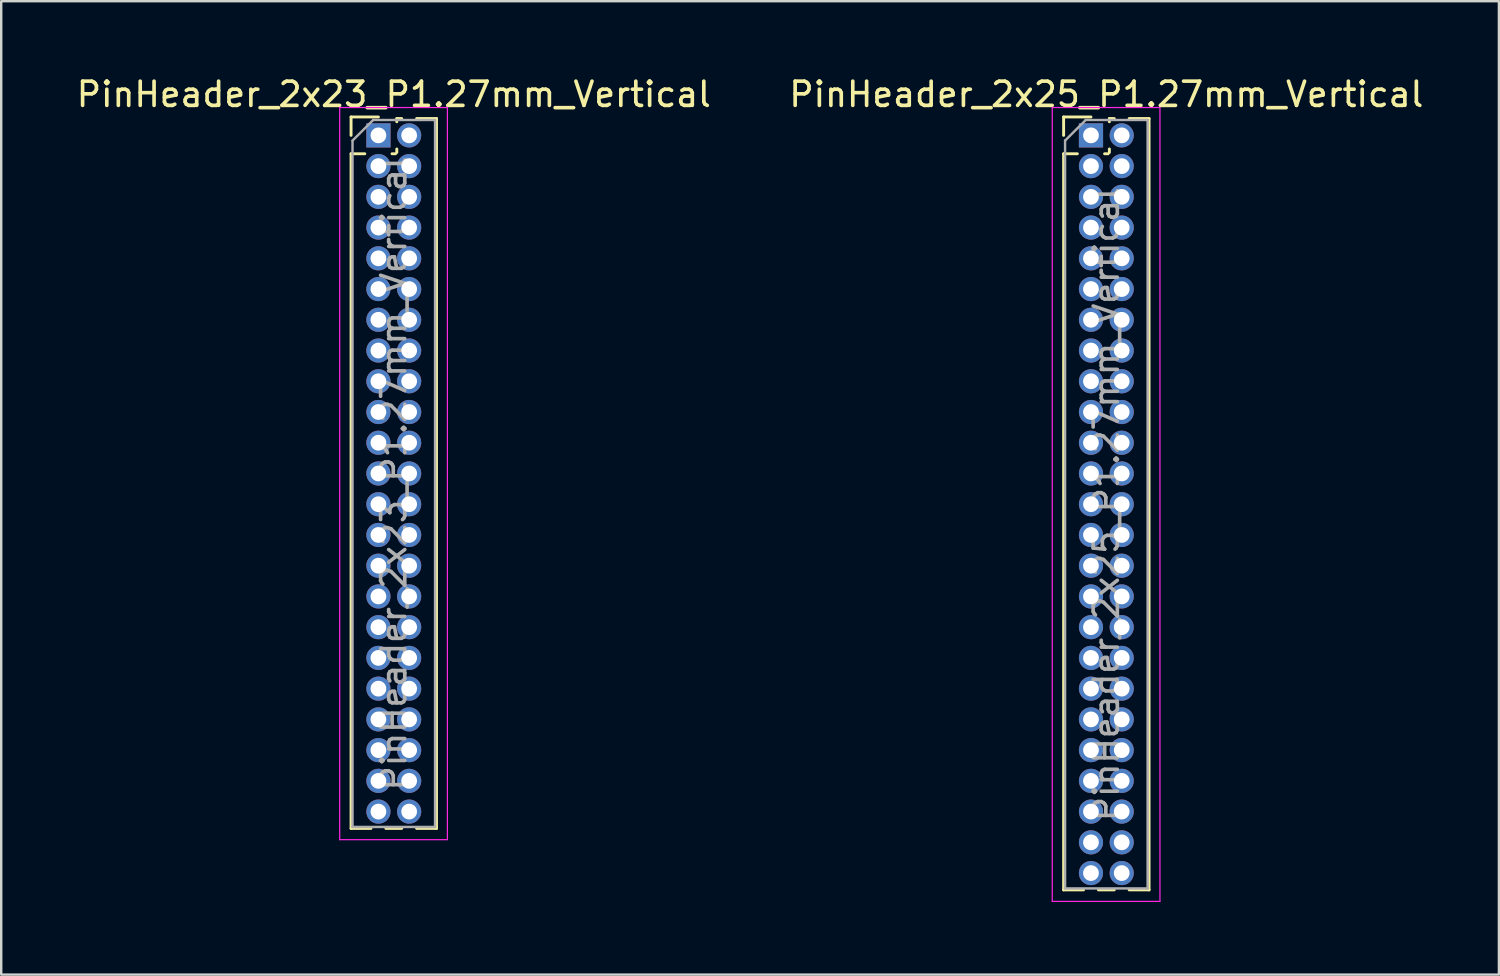
<source format=kicad_pcb>
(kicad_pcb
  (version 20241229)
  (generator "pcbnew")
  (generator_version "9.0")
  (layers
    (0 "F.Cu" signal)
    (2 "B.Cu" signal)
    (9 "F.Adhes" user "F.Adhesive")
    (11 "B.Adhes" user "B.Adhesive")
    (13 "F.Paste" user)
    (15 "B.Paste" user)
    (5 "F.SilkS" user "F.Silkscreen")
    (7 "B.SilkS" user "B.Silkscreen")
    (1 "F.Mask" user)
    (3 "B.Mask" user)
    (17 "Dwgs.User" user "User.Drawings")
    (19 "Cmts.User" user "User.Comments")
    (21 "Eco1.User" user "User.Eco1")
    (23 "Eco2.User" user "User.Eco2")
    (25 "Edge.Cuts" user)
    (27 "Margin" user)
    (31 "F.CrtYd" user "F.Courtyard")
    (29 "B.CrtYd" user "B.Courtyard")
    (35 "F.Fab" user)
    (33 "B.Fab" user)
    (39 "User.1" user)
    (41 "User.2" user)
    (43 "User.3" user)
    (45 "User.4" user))
  (footprint "PinHeader_2x25_P1.27mm_Vertical"
    (layer "F.Cu")
    (at 42.026 2.543)
    (property "Reference" "PinHeader_2x25_P1.27mm_Vertical" (at 0.635 -1.695 0) (layer "F.SilkS") (effects (font (size 1 1) (thickness 0.15))))
    (attr through_hole)
    (fp_line (start -1.13 -0.76) (end 0 -0.76) (stroke (width 0.12) (type solid)) (layer "F.SilkS"))
    (fp_line (start -1.13 0) (end -1.13 -0.76) (stroke (width 0.12) (type solid)) (layer "F.SilkS"))
    (fp_line (start -1.13 0.76) (end -1.13 31.175) (stroke (width 0.12) (type solid)) (layer "F.SilkS"))
    (fp_line (start -1.13 0.76) (end -0.563 0.76) (stroke (width 0.12) (type solid)) (layer "F.SilkS"))
    (fp_line (start -1.13 31.175) (end -0.308 31.175) (stroke (width 0.12) (type solid)) (layer "F.SilkS"))
    (fp_line (start 0.308 31.175) (end 0.962 31.175) (stroke (width 0.12) (type solid)) (layer "F.SilkS"))
    (fp_line (start 0.563 0.76) (end 0.707 0.76) (stroke (width 0.12) (type solid)) (layer "F.SilkS"))
    (fp_line (start 0.76 -0.695) (end 0.962 -0.695) (stroke (width 0.12) (type solid)) (layer "F.SilkS"))
    (fp_line (start 0.76 -0.563) (end 0.76 -0.695) (stroke (width 0.12) (type solid)) (layer "F.SilkS"))
    (fp_line (start 0.76 0.707) (end 0.76 0.563) (stroke (width 0.12) (type solid)) (layer "F.SilkS"))
    (fp_line (start 1.578 -0.695) (end 2.4 -0.695) (stroke (width 0.12) (type solid)) (layer "F.SilkS"))
    (fp_line (start 1.578 31.175) (end 2.4 31.175) (stroke (width 0.12) (type solid)) (layer "F.SilkS"))
    (fp_line (start 2.4 -0.695) (end 2.4 31.175) (stroke (width 0.12) (type solid)) (layer "F.SilkS"))
    (fp_line (start -1.6 -1.15) (end -1.6 31.65) (stroke (width 0.05) (type solid)) (layer "F.CrtYd"))
    (fp_line (start -1.6 31.65) (end 2.85 31.65) (stroke (width 0.05) (type solid)) (layer "F.CrtYd"))
    (fp_line (start 2.85 -1.15) (end -1.6 -1.15) (stroke (width 0.05) (type solid)) (layer "F.CrtYd"))
    (fp_line (start 2.85 31.65) (end 2.85 -1.15) (stroke (width 0.05) (type solid)) (layer "F.CrtYd"))
    (fp_line (start -1.07 0.217) (end -0.217 -0.635) (stroke (width 0.1) (type solid)) (layer "F.Fab"))
    (fp_line (start -1.07 31.115) (end -1.07 0.217) (stroke (width 0.1) (type solid)) (layer "F.Fab"))
    (fp_line (start -0.217 -0.635) (end 2.34 -0.635) (stroke (width 0.1) (type solid)) (layer "F.Fab"))
    (fp_line (start 2.34 -0.635) (end 2.34 31.115) (stroke (width 0.1) (type solid)) (layer "F.Fab"))
    (fp_line (start 2.34 31.115) (end -1.07 31.115) (stroke (width 0.1) (type solid)) (layer "F.Fab"))
    (fp_text user "${REFERENCE}" (at 0.635 15.24 90) (layer "F.Fab") (effects (font (size 1 1) (thickness 0.15))))
    (pad "1" thru_hole rect (at 0 0) (size 1 1) (drill 0.65) (layers "*.Cu" "*.Mask"))
    (pad "2" thru_hole oval (at 1.27 0) (size 1 1) (drill 0.65) (layers "*.Cu" "*.Mask"))
    (pad "3" thru_hole oval (at 0 1.27) (size 1 1) (drill 0.65) (layers "*.Cu" "*.Mask"))
    (pad "4" thru_hole oval (at 1.27 1.27) (size 1 1) (drill 0.65) (layers "*.Cu" "*.Mask"))
    (pad "5" thru_hole oval (at 0 2.54) (size 1 1) (drill 0.65) (layers "*.Cu" "*.Mask"))
    (pad "6" thru_hole oval (at 1.27 2.54) (size 1 1) (drill 0.65) (layers "*.Cu" "*.Mask"))
    (pad "7" thru_hole oval (at 0 3.81) (size 1 1) (drill 0.65) (layers "*.Cu" "*.Mask"))
    (pad "8" thru_hole oval (at 1.27 3.81) (size 1 1) (drill 0.65) (layers "*.Cu" "*.Mask"))
    (pad "9" thru_hole oval (at 0 5.08) (size 1 1) (drill 0.65) (layers "*.Cu" "*.Mask"))
    (pad "10" thru_hole oval (at 1.27 5.08) (size 1 1) (drill 0.65) (layers "*.Cu" "*.Mask"))
    (pad "11" thru_hole oval (at 0 6.35) (size 1 1) (drill 0.65) (layers "*.Cu" "*.Mask"))
    (pad "12" thru_hole oval (at 1.27 6.35) (size 1 1) (drill 0.65) (layers "*.Cu" "*.Mask"))
    (pad "13" thru_hole oval (at 0 7.62) (size 1 1) (drill 0.65) (layers "*.Cu" "*.Mask"))
    (pad "14" thru_hole oval (at 1.27 7.62) (size 1 1) (drill 0.65) (layers "*.Cu" "*.Mask"))
    (pad "15" thru_hole oval (at 0 8.89) (size 1 1) (drill 0.65) (layers "*.Cu" "*.Mask"))
    (pad "16" thru_hole oval (at 1.27 8.89) (size 1 1) (drill 0.65) (layers "*.Cu" "*.Mask"))
    (pad "17" thru_hole oval (at 0 10.16) (size 1 1) (drill 0.65) (layers "*.Cu" "*.Mask"))
    (pad "18" thru_hole oval (at 1.27 10.16) (size 1 1) (drill 0.65) (layers "*.Cu" "*.Mask"))
    (pad "19" thru_hole oval (at 0 11.43) (size 1 1) (drill 0.65) (layers "*.Cu" "*.Mask"))
    (pad "20" thru_hole oval (at 1.27 11.43) (size 1 1) (drill 0.65) (layers "*.Cu" "*.Mask"))
    (pad "21" thru_hole oval (at 0 12.7) (size 1 1) (drill 0.65) (layers "*.Cu" "*.Mask"))
    (pad "22" thru_hole oval (at 1.27 12.7) (size 1 1) (drill 0.65) (layers "*.Cu" "*.Mask"))
    (pad "23" thru_hole oval (at 0 13.97) (size 1 1) (drill 0.65) (layers "*.Cu" "*.Mask"))
    (pad "24" thru_hole oval (at 1.27 13.97) (size 1 1) (drill 0.65) (layers "*.Cu" "*.Mask"))
    (pad "25" thru_hole oval (at 0 15.24) (size 1 1) (drill 0.65) (layers "*.Cu" "*.Mask"))
    (pad "26" thru_hole oval (at 1.27 15.24) (size 1 1) (drill 0.65) (layers "*.Cu" "*.Mask"))
    (pad "27" thru_hole oval (at 0 16.51) (size 1 1) (drill 0.65) (layers "*.Cu" "*.Mask"))
    (pad "28" thru_hole oval (at 1.27 16.51) (size 1 1) (drill 0.65) (layers "*.Cu" "*.Mask"))
    (pad "29" thru_hole oval (at 0 17.78) (size 1 1) (drill 0.65) (layers "*.Cu" "*.Mask"))
    (pad "30" thru_hole oval (at 1.27 17.78) (size 1 1) (drill 0.65) (layers "*.Cu" "*.Mask"))
    (pad "31" thru_hole oval (at 0 19.05) (size 1 1) (drill 0.65) (layers "*.Cu" "*.Mask"))
    (pad "32" thru_hole oval (at 1.27 19.05) (size 1 1) (drill 0.65) (layers "*.Cu" "*.Mask"))
    (pad "33" thru_hole oval (at 0 20.32) (size 1 1) (drill 0.65) (layers "*.Cu" "*.Mask"))
    (pad "34" thru_hole oval (at 1.27 20.32) (size 1 1) (drill 0.65) (layers "*.Cu" "*.Mask"))
    (pad "35" thru_hole oval (at 0 21.59) (size 1 1) (drill 0.65) (layers "*.Cu" "*.Mask"))
    (pad "36" thru_hole oval (at 1.27 21.59) (size 1 1) (drill 0.65) (layers "*.Cu" "*.Mask"))
    (pad "37" thru_hole oval (at 0 22.86) (size 1 1) (drill 0.65) (layers "*.Cu" "*.Mask"))
    (pad "38" thru_hole oval (at 1.27 22.86) (size 1 1) (drill 0.65) (layers "*.Cu" "*.Mask"))
    (pad "39" thru_hole oval (at 0 24.13) (size 1 1) (drill 0.65) (layers "*.Cu" "*.Mask"))
    (pad "40" thru_hole oval (at 1.27 24.13) (size 1 1) (drill 0.65) (layers "*.Cu" "*.Mask"))
    (pad "41" thru_hole oval (at 0 25.4) (size 1 1) (drill 0.65) (layers "*.Cu" "*.Mask"))
    (pad "42" thru_hole oval (at 1.27 25.4) (size 1 1) (drill 0.65) (layers "*.Cu" "*.Mask"))
    (pad "43" thru_hole oval (at 0 26.67) (size 1 1) (drill 0.65) (layers "*.Cu" "*.Mask"))
    (pad "44" thru_hole oval (at 1.27 26.67) (size 1 1) (drill 0.65) (layers "*.Cu" "*.Mask"))
    (pad "45" thru_hole oval (at 0 27.94) (size 1 1) (drill 0.65) (layers "*.Cu" "*.Mask"))
    (pad "46" thru_hole oval (at 1.27 27.94) (size 1 1) (drill 0.65) (layers "*.Cu" "*.Mask"))
    (pad "47" thru_hole oval (at 0 29.21) (size 1 1) (drill 0.65) (layers "*.Cu" "*.Mask"))
    (pad "48" thru_hole oval (at 1.27 29.21) (size 1 1) (drill 0.65) (layers "*.Cu" "*.Mask"))
    (pad "49" thru_hole oval (at 0 30.48) (size 1 1) (drill 0.65) (layers "*.Cu" "*.Mask"))
    (pad "50" thru_hole oval (at 1.27 30.48) (size 1 1) (drill 0.65) (layers "*.Cu" "*.Mask")))
  (footprint "PinHeader_2x23_P1.27mm_Vertical"
    (layer "F.Cu")
    (at 12.585 2.543)
    (property "Reference" "PinHeader_2x23_P1.27mm_Vertical" (at 0.635 -1.695 0) (layer "F.SilkS") (effects (font (size 1 1) (thickness 0.15))))
    (attr through_hole)
    (fp_line (start -1.13 -0.76) (end 0 -0.76) (stroke (width 0.12) (type solid)) (layer "F.SilkS"))
    (fp_line (start -1.13 0) (end -1.13 -0.76) (stroke (width 0.12) (type solid)) (layer "F.SilkS"))
    (fp_line (start -1.13 0.76) (end -1.13 28.635) (stroke (width 0.12) (type solid)) (layer "F.SilkS"))
    (fp_line (start -1.13 0.76) (end -0.563 0.76) (stroke (width 0.12) (type solid)) (layer "F.SilkS"))
    (fp_line (start -1.13 28.635) (end -0.308 28.635) (stroke (width 0.12) (type solid)) (layer "F.SilkS"))
    (fp_line (start 0.308 28.635) (end 0.962 28.635) (stroke (width 0.12) (type solid)) (layer "F.SilkS"))
    (fp_line (start 0.563 0.76) (end 0.707 0.76) (stroke (width 0.12) (type solid)) (layer "F.SilkS"))
    (fp_line (start 0.76 -0.695) (end 0.962 -0.695) (stroke (width 0.12) (type solid)) (layer "F.SilkS"))
    (fp_line (start 0.76 -0.563) (end 0.76 -0.695) (stroke (width 0.12) (type solid)) (layer "F.SilkS"))
    (fp_line (start 0.76 0.707) (end 0.76 0.563) (stroke (width 0.12) (type solid)) (layer "F.SilkS"))
    (fp_line (start 1.578 -0.695) (end 2.4 -0.695) (stroke (width 0.12) (type solid)) (layer "F.SilkS"))
    (fp_line (start 1.578 28.635) (end 2.4 28.635) (stroke (width 0.12) (type solid)) (layer "F.SilkS"))
    (fp_line (start 2.4 -0.695) (end 2.4 28.635) (stroke (width 0.12) (type solid)) (layer "F.SilkS"))
    (fp_line (start -1.6 -1.15) (end -1.6 29.1) (stroke (width 0.05) (type solid)) (layer "F.CrtYd"))
    (fp_line (start -1.6 29.1) (end 2.85 29.1) (stroke (width 0.05) (type solid)) (layer "F.CrtYd"))
    (fp_line (start 2.85 -1.15) (end -1.6 -1.15) (stroke (width 0.05) (type solid)) (layer "F.CrtYd"))
    (fp_line (start 2.85 29.1) (end 2.85 -1.15) (stroke (width 0.05) (type solid)) (layer "F.CrtYd"))
    (fp_line (start -1.07 0.217) (end -0.217 -0.635) (stroke (width 0.1) (type solid)) (layer "F.Fab"))
    (fp_line (start -1.07 28.575) (end -1.07 0.217) (stroke (width 0.1) (type solid)) (layer "F.Fab"))
    (fp_line (start -0.217 -0.635) (end 2.34 -0.635) (stroke (width 0.1) (type solid)) (layer "F.Fab"))
    (fp_line (start 2.34 -0.635) (end 2.34 28.575) (stroke (width 0.1) (type solid)) (layer "F.Fab"))
    (fp_line (start 2.34 28.575) (end -1.07 28.575) (stroke (width 0.1) (type solid)) (layer "F.Fab"))
    (fp_text user "${REFERENCE}" (at 0.635 13.97 90) (layer "F.Fab") (effects (font (size 1 1) (thickness 0.15))))
    (pad "1" thru_hole rect (at 0 0) (size 1 1) (drill 0.65) (layers "*.Cu" "*.Mask"))
    (pad "2" thru_hole oval (at 1.27 0) (size 1 1) (drill 0.65) (layers "*.Cu" "*.Mask"))
    (pad "3" thru_hole oval (at 0 1.27) (size 1 1) (drill 0.65) (layers "*.Cu" "*.Mask"))
    (pad "4" thru_hole oval (at 1.27 1.27) (size 1 1) (drill 0.65) (layers "*.Cu" "*.Mask"))
    (pad "5" thru_hole oval (at 0 2.54) (size 1 1) (drill 0.65) (layers "*.Cu" "*.Mask"))
    (pad "6" thru_hole oval (at 1.27 2.54) (size 1 1) (drill 0.65) (layers "*.Cu" "*.Mask"))
    (pad "7" thru_hole oval (at 0 3.81) (size 1 1) (drill 0.65) (layers "*.Cu" "*.Mask"))
    (pad "8" thru_hole oval (at 1.27 3.81) (size 1 1) (drill 0.65) (layers "*.Cu" "*.Mask"))
    (pad "9" thru_hole oval (at 0 5.08) (size 1 1) (drill 0.65) (layers "*.Cu" "*.Mask"))
    (pad "10" thru_hole oval (at 1.27 5.08) (size 1 1) (drill 0.65) (layers "*.Cu" "*.Mask"))
    (pad "11" thru_hole oval (at 0 6.35) (size 1 1) (drill 0.65) (layers "*.Cu" "*.Mask"))
    (pad "12" thru_hole oval (at 1.27 6.35) (size 1 1) (drill 0.65) (layers "*.Cu" "*.Mask"))
    (pad "13" thru_hole oval (at 0 7.62) (size 1 1) (drill 0.65) (layers "*.Cu" "*.Mask"))
    (pad "14" thru_hole oval (at 1.27 7.62) (size 1 1) (drill 0.65) (layers "*.Cu" "*.Mask"))
    (pad "15" thru_hole oval (at 0 8.89) (size 1 1) (drill 0.65) (layers "*.Cu" "*.Mask"))
    (pad "16" thru_hole oval (at 1.27 8.89) (size 1 1) (drill 0.65) (layers "*.Cu" "*.Mask"))
    (pad "17" thru_hole oval (at 0 10.16) (size 1 1) (drill 0.65) (layers "*.Cu" "*.Mask"))
    (pad "18" thru_hole oval (at 1.27 10.16) (size 1 1) (drill 0.65) (layers "*.Cu" "*.Mask"))
    (pad "19" thru_hole oval (at 0 11.43) (size 1 1) (drill 0.65) (layers "*.Cu" "*.Mask"))
    (pad "20" thru_hole oval (at 1.27 11.43) (size 1 1) (drill 0.65) (layers "*.Cu" "*.Mask"))
    (pad "21" thru_hole oval (at 0 12.7) (size 1 1) (drill 0.65) (layers "*.Cu" "*.Mask"))
    (pad "22" thru_hole oval (at 1.27 12.7) (size 1 1) (drill 0.65) (layers "*.Cu" "*.Mask"))
    (pad "23" thru_hole oval (at 0 13.97) (size 1 1) (drill 0.65) (layers "*.Cu" "*.Mask"))
    (pad "24" thru_hole oval (at 1.27 13.97) (size 1 1) (drill 0.65) (layers "*.Cu" "*.Mask"))
    (pad "25" thru_hole oval (at 0 15.24) (size 1 1) (drill 0.65) (layers "*.Cu" "*.Mask"))
    (pad "26" thru_hole oval (at 1.27 15.24) (size 1 1) (drill 0.65) (layers "*.Cu" "*.Mask"))
    (pad "27" thru_hole oval (at 0 16.51) (size 1 1) (drill 0.65) (layers "*.Cu" "*.Mask"))
    (pad "28" thru_hole oval (at 1.27 16.51) (size 1 1) (drill 0.65) (layers "*.Cu" "*.Mask"))
    (pad "29" thru_hole oval (at 0 17.78) (size 1 1) (drill 0.65) (layers "*.Cu" "*.Mask"))
    (pad "30" thru_hole oval (at 1.27 17.78) (size 1 1) (drill 0.65) (layers "*.Cu" "*.Mask"))
    (pad "31" thru_hole oval (at 0 19.05) (size 1 1) (drill 0.65) (layers "*.Cu" "*.Mask"))
    (pad "32" thru_hole oval (at 1.27 19.05) (size 1 1) (drill 0.65) (layers "*.Cu" "*.Mask"))
    (pad "33" thru_hole oval (at 0 20.32) (size 1 1) (drill 0.65) (layers "*.Cu" "*.Mask"))
    (pad "34" thru_hole oval (at 1.27 20.32) (size 1 1) (drill 0.65) (layers "*.Cu" "*.Mask"))
    (pad "35" thru_hole oval (at 0 21.59) (size 1 1) (drill 0.65) (layers "*.Cu" "*.Mask"))
    (pad "36" thru_hole oval (at 1.27 21.59) (size 1 1) (drill 0.65) (layers "*.Cu" "*.Mask"))
    (pad "37" thru_hole oval (at 0 22.86) (size 1 1) (drill 0.65) (layers "*.Cu" "*.Mask"))
    (pad "38" thru_hole oval (at 1.27 22.86) (size 1 1) (drill 0.65) (layers "*.Cu" "*.Mask"))
    (pad "39" thru_hole oval (at 0 24.13) (size 1 1) (drill 0.65) (layers "*.Cu" "*.Mask"))
    (pad "40" thru_hole oval (at 1.27 24.13) (size 1 1) (drill 0.65) (layers "*.Cu" "*.Mask"))
    (pad "41" thru_hole oval (at 0 25.4) (size 1 1) (drill 0.65) (layers "*.Cu" "*.Mask"))
    (pad "42" thru_hole oval (at 1.27 25.4) (size 1 1) (drill 0.65) (layers "*.Cu" "*.Mask"))
    (pad "43" thru_hole oval (at 0 26.67) (size 1 1) (drill 0.65) (layers "*.Cu" "*.Mask"))
    (pad "44" thru_hole oval (at 1.27 26.67) (size 1 1) (drill 0.65) (layers "*.Cu" "*.Mask"))
    (pad "45" thru_hole oval (at 0 27.94) (size 1 1) (drill 0.65) (layers "*.Cu" "*.Mask"))
    (pad "46" thru_hole oval (at 1.27 27.94) (size 1 1) (drill 0.65) (layers "*.Cu" "*.Mask")))
  (gr_rect
    (start -3 -3)
    (end 58.881 37.218)
    (stroke (width 0.1) (type default))
    (fill no)
    (layer "Edge.Cuts")))
</source>
